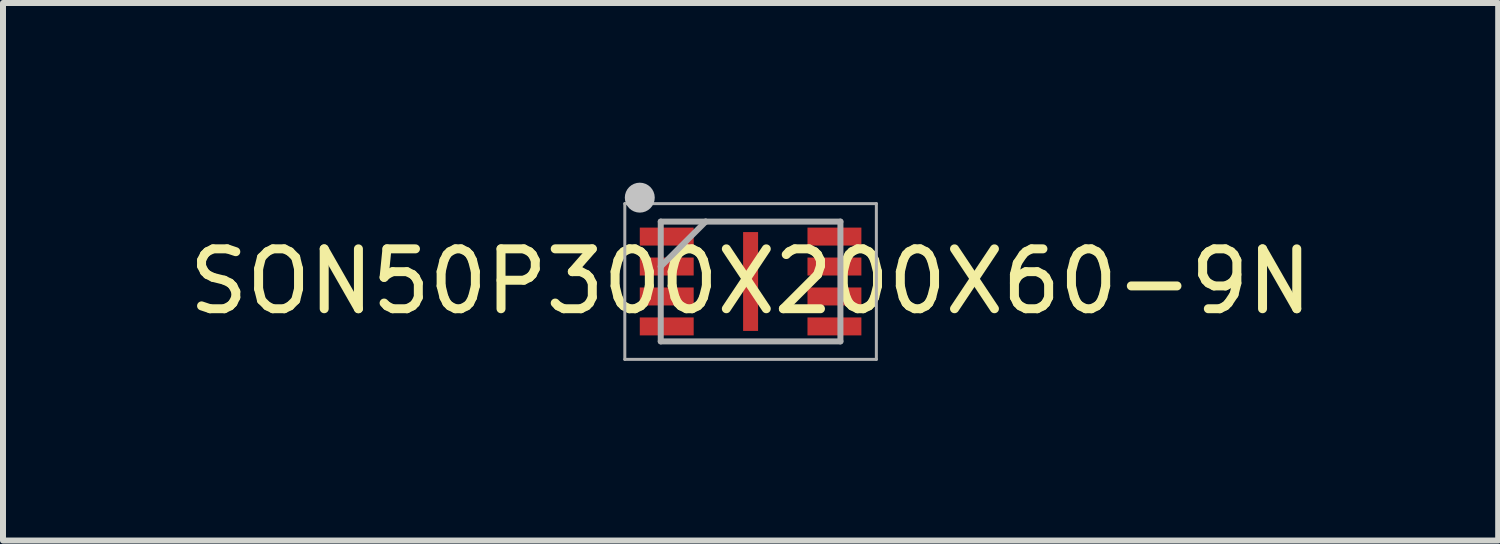
<source format=kicad_pcb>
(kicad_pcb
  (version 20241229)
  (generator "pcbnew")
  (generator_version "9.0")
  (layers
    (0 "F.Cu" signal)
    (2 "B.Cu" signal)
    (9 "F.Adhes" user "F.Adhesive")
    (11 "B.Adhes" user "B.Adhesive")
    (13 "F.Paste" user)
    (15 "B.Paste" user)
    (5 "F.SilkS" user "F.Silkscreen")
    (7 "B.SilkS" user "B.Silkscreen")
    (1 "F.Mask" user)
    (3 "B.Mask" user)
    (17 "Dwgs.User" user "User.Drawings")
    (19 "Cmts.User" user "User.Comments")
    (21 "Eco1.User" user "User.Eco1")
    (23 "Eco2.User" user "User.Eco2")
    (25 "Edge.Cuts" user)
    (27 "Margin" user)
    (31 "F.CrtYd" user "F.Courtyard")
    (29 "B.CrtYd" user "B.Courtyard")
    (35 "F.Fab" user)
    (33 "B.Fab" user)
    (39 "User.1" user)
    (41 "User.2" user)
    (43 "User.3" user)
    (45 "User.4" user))
  (footprint "SON50P300X200X60-9N"
    (layer "F.Cu")
    (at 9.482 1.65)
    (property "Reference" "SON50P300X200X60-9N" (at 0 0 0) (layer "F.SilkS") (effects (font (size 1 1) (thickness 0.15))))
    (attr smd)
    (fp_circle (center -1.85 -1.4) (end -1.725 -1.4) (stroke (width 0.25) (type solid)) (fill no) (layer "Dwgs.User"))
    (fp_line (start -2.1 -1.3) (end 2.1 -1.3) (stroke (width 0.05) (type solid)) (layer "F.Fab"))
    (fp_line (start -2.1 1.3) (end -2.1 -1.3) (stroke (width 0.05) (type solid)) (layer "F.Fab"))
    (fp_line (start -1.5 -1) (end -0.75 -1) (stroke (width 0.1) (type solid)) (layer "F.Fab"))
    (fp_line (start -1.5 -0.25) (end -1.5 -1) (stroke (width 0.1) (type solid)) (layer "F.Fab"))
    (fp_line (start -1.5 -0.25) (end -0.75 -1) (stroke (width 0.1) (type solid)) (layer "F.Fab"))
    (fp_line (start -1.5 1) (end -1.5 -0.25) (stroke (width 0.1) (type solid)) (layer "F.Fab"))
    (fp_line (start -0.75 -1) (end 1.5 -1) (stroke (width 0.1) (type solid)) (layer "F.Fab"))
    (fp_line (start 1.5 -1) (end 1.5 1) (stroke (width 0.1) (type solid)) (layer "F.Fab"))
    (fp_line (start 1.5 1) (end -1.5 1) (stroke (width 0.1) (type solid)) (layer "F.Fab"))
    (fp_line (start 2.1 -1.3) (end 2.1 1.3) (stroke (width 0.05) (type solid)) (layer "F.Fab"))
    (fp_line (start 2.1 1.3) (end -2.1 1.3) (stroke (width 0.05) (type solid)) (layer "F.Fab"))
    (pad "1" smd rect (at -1.4 -0.75) (size 0.9 0.3) (layers "F.Cu" "F.Mask" "F.Paste"))
    (pad "2" smd rect (at -1.4 -0.25) (size 0.9 0.3) (layers "F.Cu" "F.Mask" "F.Paste"))
    (pad "3" smd rect (at -1.4 0.25) (size 0.9 0.3) (layers "F.Cu" "F.Mask" "F.Paste"))
    (pad "4" smd rect (at -1.4 0.75) (size 0.9 0.3) (layers "F.Cu" "F.Mask" "F.Paste"))
    (pad "5" smd rect (at 1.4 0.75) (size 0.9 0.3) (layers "F.Cu" "F.Mask" "F.Paste"))
    (pad "6" smd rect (at 1.4 0.25) (size 0.9 0.3) (layers "F.Cu" "F.Mask" "F.Paste"))
    (pad "7" smd rect (at 1.4 -0.25) (size 0.9 0.3) (layers "F.Cu" "F.Mask" "F.Paste"))
    (pad "8" smd rect (at 1.4 -0.75) (size 0.9 0.3) (layers "F.Cu" "F.Mask" "F.Paste"))
    (pad "9" smd rect (at 0 0) (size 0.25 1.65) (layers "F.Cu" "F.Mask" "F.Paste")))
  (gr_rect
    (start -3 -3)
    (end 21.964 5.975)
    (stroke (width 0.1) (type default))
    (fill no)
    (layer "Edge.Cuts")))
</source>
